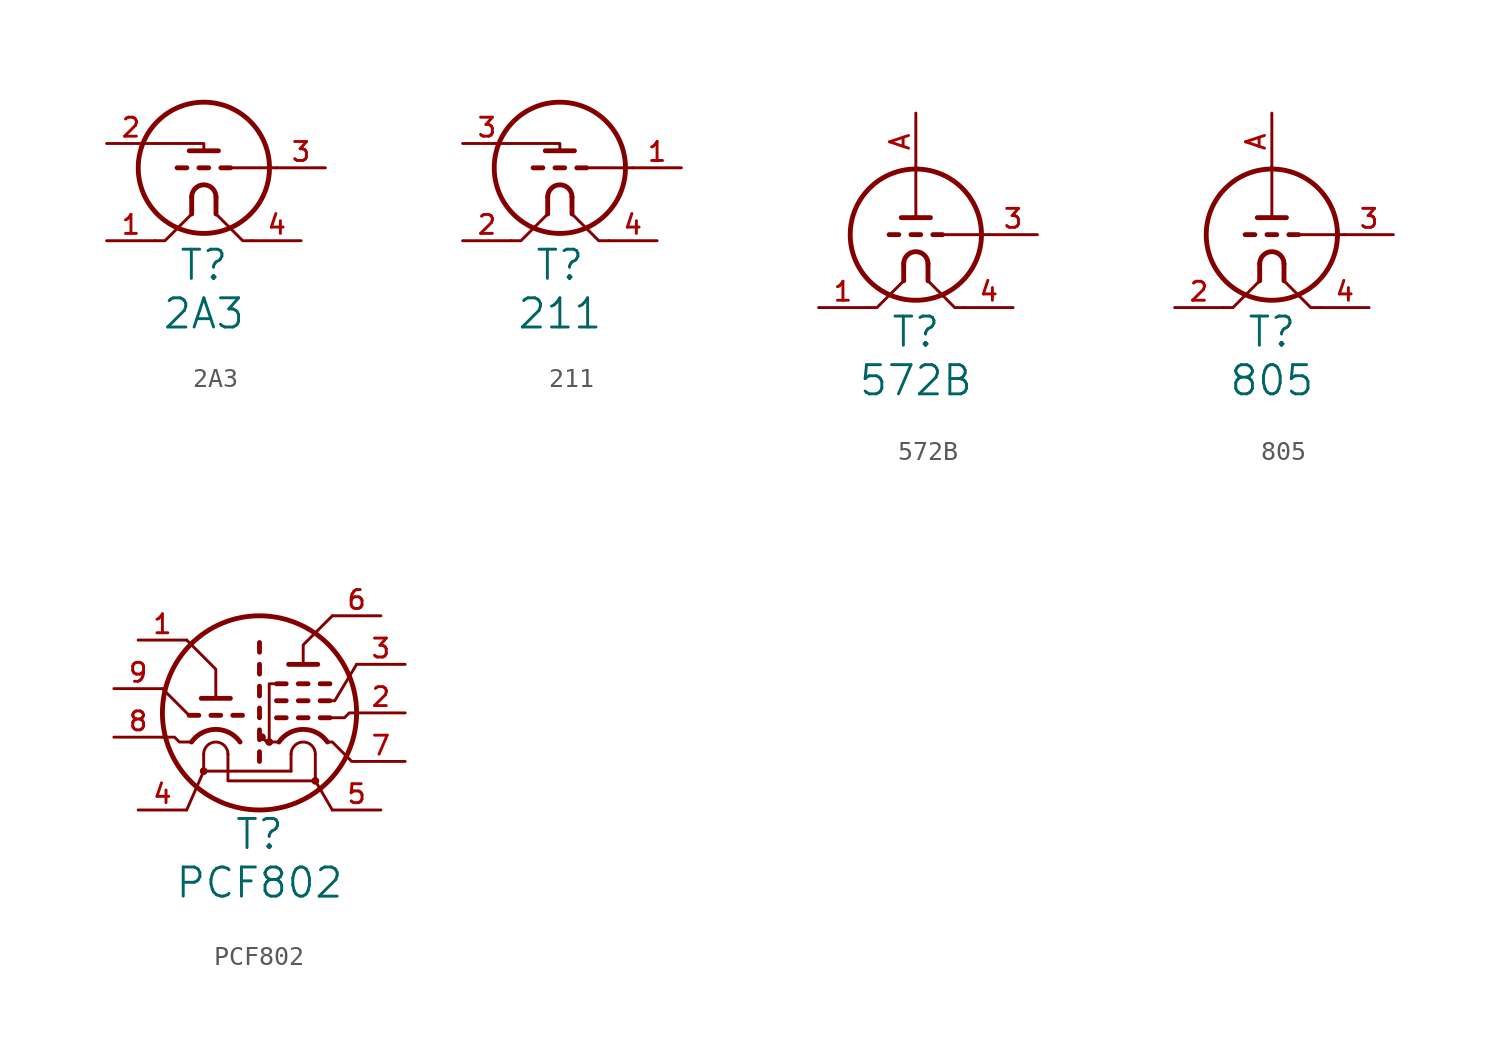
<source format=kicad_sym>
(kicad_symbol_lib
  (version 20220914)
  (generator kicad_symbol_editor)
  (symbol "2A3"
    (pin_names
      (offset 0.025) hide)
    (property "Reference" "T"
      (at 0 -5.08 0)
      (effects (font (size 1.524 1.524))))
    (property "Value" "2A3"
      (at 0 -7.62 0)
      (effects (font (size 1.524 1.524))))
    (property "Footprint" ""
      (at 2.286 0.635 0)
      (effects (font (size 1.524 1.524))))
    (property "Datasheet" ""
      (at 2.286 0.635 0)
      (effects (font (size 1.524 1.524))))
    (symbol "2A3_0_1"
      (polyline (pts (xy -1.397 0) (xy -0.889 0)) (stroke (width 0.254) (type solid)) (fill (type none)))
      (polyline (pts (xy -0.762 0.889) (xy 0.762 0.889)) (stroke (width 0.254) (type solid)) (fill (type none)))
      (polyline (pts (xy -0.635 -1.524) (xy -0.635 -2.413)) (stroke (width 0.254) (type solid)) (fill (type none)))
      (polyline (pts (xy -0.254 0) (xy 0.254 0)) (stroke (width 0.254) (type solid)) (fill (type none)))
      (polyline (pts (xy 0.635 -1.524) (xy 0.635 -2.413)) (stroke (width 0.254) (type solid)) (fill (type none)))
      (polyline (pts (xy 0.889 0) (xy 1.397 0)) (stroke (width 0.254) (type solid)) (fill (type none)))
      (polyline (pts (xy 3.81 0) (xy 1.397 0)) (stroke (width 0) (type solid)) (fill (type none)))
      (polyline (pts (xy -2.54 1.27) (xy 0 1.27) (xy 0 0.889)) (stroke (width 0) (type solid)) (fill (type none)))
      (polyline (pts (xy -0.635 -2.413) (xy -2.032 -3.81) (xy -2.54 -3.81)) (stroke (width 0) (type solid)) (fill (type none)))
      (polyline (pts (xy 0.635 -2.413) (xy 2.032 -3.81) (xy 2.54 -3.81)) (stroke (width 0) (type solid)) (fill (type none)))
      (arc (start 0.635 -1.524) (mid 0 -0.8917) (end -0.635 -1.524) (stroke (width 0.254) (type solid)) (fill (type none))))
    (symbol "2A3_1_1"
      (circle (center 0 0) (radius 3.429) (stroke (width 0.254) (type solid)) (fill (type none)))
      (pin input line (at -5.08 -3.81 0) (length 2.54) (name "k" (effects (font (size 0.762 0.762)))) (number "1" (effects (font (size 0.991 0.991)))))
      (pin input line (at -5.08 1.27 0) (length 2.54) (name "a" (effects (font (size 0.762 0.762)))) (number "2" (effects (font (size 0.991 0.991)))))
      (pin input line (at 6.35 0 180) (length 2.54) (name "g" (effects (font (size 0.762 0.762)))) (number "3" (effects (font (size 0.991 0.991)))))
      (pin input line (at 5.08 -3.81 180) (length 2.54) (name "k" (effects (font (size 0.762 0.762)))) (number "4" (effects (font (size 0.991 0.991)))))))
  (symbol "211"
    (pin_names
      (offset 0.025) hide)
    (property "Reference" "T"
      (at 0 -5.08 0)
      (effects (font (size 1.524 1.524))))
    (property "Value" "211"
      (at 0 -7.62 0)
      (effects (font (size 1.524 1.524))))
    (property "Footprint" ""
      (at 2.286 0.635 0)
      (effects (font (size 1.524 1.524))))
    (property "Datasheet" ""
      (at 2.286 0.635 0)
      (effects (font (size 1.524 1.524))))
    (symbol "211_0_1"
      (polyline (pts (xy -1.397 0) (xy -0.889 0)) (stroke (width 0.254) (type solid)) (fill (type none)))
      (polyline (pts (xy -0.762 0.889) (xy 0.762 0.889)) (stroke (width 0.254) (type solid)) (fill (type none)))
      (polyline (pts (xy -0.635 -1.524) (xy -0.635 -2.413)) (stroke (width 0.254) (type solid)) (fill (type none)))
      (polyline (pts (xy -0.254 0) (xy 0.254 0)) (stroke (width 0.254) (type solid)) (fill (type none)))
      (polyline (pts (xy 0.635 -1.524) (xy 0.635 -2.413)) (stroke (width 0.254) (type solid)) (fill (type none)))
      (polyline (pts (xy 0.889 0) (xy 1.397 0)) (stroke (width 0.254) (type solid)) (fill (type none)))
      (polyline (pts (xy 3.81 0) (xy 1.397 0)) (stroke (width 0) (type solid)) (fill (type none)))
      (polyline (pts (xy -2.54 1.27) (xy 0 1.27) (xy 0 0.889)) (stroke (width 0) (type solid)) (fill (type none)))
      (polyline (pts (xy -0.635 -2.413) (xy -2.032 -3.81) (xy -2.54 -3.81)) (stroke (width 0) (type solid)) (fill (type none)))
      (polyline (pts (xy 0.635 -2.413) (xy 2.032 -3.81) (xy 2.54 -3.81)) (stroke (width 0) (type solid)) (fill (type none)))
      (arc (start 0.635 -1.524) (mid 0 -0.8917) (end -0.635 -1.524) (stroke (width 0.254) (type solid)) (fill (type none))))
    (symbol "211_1_1"
      (circle (center 0 0) (radius 3.429) (stroke (width 0.254) (type solid)) (fill (type none)))
      (pin input line (at 6.35 0 180) (length 2.54) (name "g" (effects (font (size 0.762 0.762)))) (number "1" (effects (font (size 0.991 0.991)))))
      (pin input line (at -5.08 -3.81 0) (length 2.54) (name "k" (effects (font (size 0.762 0.762)))) (number "2" (effects (font (size 0.991 0.991)))))
      (pin input line (at -5.08 1.27 0) (length 2.54) (name "a" (effects (font (size 0.762 0.762)))) (number "3" (effects (font (size 0.991 0.991)))))
      (pin input line (at 5.08 -3.81 180) (length 2.54) (name "k" (effects (font (size 0.762 0.762)))) (number "4" (effects (font (size 0.991 0.991)))))))
  (symbol "572B"
    (pin_names
      (offset 0.025) hide)
    (property "Reference" "T"
      (at 0 -5.08 0)
      (effects (font (size 1.524 1.524))))
    (property "Value" "572B"
      (at 0 -7.62 0)
      (effects (font (size 1.524 1.524))))
    (property "Footprint" ""
      (at 2.286 0.635 0)
      (effects (font (size 1.524 1.524))))
    (property "Datasheet" ""
      (at 2.286 0.635 0)
      (effects (font (size 1.524 1.524))))
    (symbol "572B_0_1"
      (polyline (pts (xy -1.397 0) (xy -0.889 0)) (stroke (width 0.254) (type solid)) (fill (type none)))
      (polyline (pts (xy -0.762 0.889) (xy 0.762 0.889)) (stroke (width 0.254) (type solid)) (fill (type none)))
      (polyline (pts (xy -0.635 -1.524) (xy -0.635 -2.413)) (stroke (width 0.254) (type solid)) (fill (type none)))
      (polyline (pts (xy -0.254 0) (xy 0.254 0)) (stroke (width 0.254) (type solid)) (fill (type none)))
      (polyline (pts (xy 0 3.556) (xy 0 0.889)) (stroke (width 0) (type solid)) (fill (type none)))
      (polyline (pts (xy 0.635 -1.524) (xy 0.635 -2.413)) (stroke (width 0.254) (type solid)) (fill (type none)))
      (polyline (pts (xy 0.889 0) (xy 1.397 0)) (stroke (width 0.254) (type solid)) (fill (type none)))
      (polyline (pts (xy 3.81 0) (xy 1.397 0)) (stroke (width 0) (type solid)) (fill (type none)))
      (polyline (pts (xy -0.635 -2.413) (xy -2.032 -3.81) (xy -2.54 -3.81)) (stroke (width 0) (type solid)) (fill (type none)))
      (polyline (pts (xy 0.635 -2.413) (xy 2.032 -3.81) (xy 2.54 -3.81)) (stroke (width 0) (type solid)) (fill (type none)))
      (arc (start 0.635 -1.524) (mid 0 -0.8917) (end -0.635 -1.524) (stroke (width 0.254) (type solid)) (fill (type none))))
    (symbol "572B_1_1"
      (circle (center 0 0) (radius 3.429) (stroke (width 0.254) (type solid)) (fill (type none)))
      (pin input line (at -5.08 -3.81 0) (length 2.54) (name "k" (effects (font (size 0.762 0.762)))) (number "1" (effects (font (size 0.991 0.991)))))
      (pin input line (at 6.35 0 180) (length 2.54) (name "g" (effects (font (size 0.762 0.762)))) (number "3" (effects (font (size 0.991 0.991)))))
      (pin input line (at 5.08 -3.81 180) (length 2.54) (name "k" (effects (font (size 0.762 0.762)))) (number "4" (effects (font (size 0.991 0.991)))))
      (pin input line (at 0 6.35 270) (length 2.997) (name "A" (effects (font (size 0.762 0.762)))) (number "A" (effects (font (size 0.991 0.991)))))))
  (symbol "805"
    (pin_names
      (offset 0.025) hide)
    (property "Reference" "T"
      (at 0 -5.08 0)
      (effects (font (size 1.524 1.524))))
    (property "Value" "805"
      (at 0 -7.62 0)
      (effects (font (size 1.524 1.524))))
    (property "Footprint" ""
      (at 2.286 0.635 0)
      (effects (font (size 1.524 1.524))))
    (property "Datasheet" ""
      (at 2.286 0.635 0)
      (effects (font (size 1.524 1.524))))
    (symbol "805_0_1"
      (polyline (pts (xy -1.397 0) (xy -0.889 0)) (stroke (width 0.254) (type solid)) (fill (type none)))
      (polyline (pts (xy -0.762 0.889) (xy 0.762 0.889)) (stroke (width 0.254) (type solid)) (fill (type none)))
      (polyline (pts (xy -0.635 -1.524) (xy -0.635 -2.413)) (stroke (width 0.254) (type solid)) (fill (type none)))
      (polyline (pts (xy -0.254 0) (xy 0.254 0)) (stroke (width 0.254) (type solid)) (fill (type none)))
      (polyline (pts (xy 0 3.556) (xy 0 0.889)) (stroke (width 0) (type solid)) (fill (type none)))
      (polyline (pts (xy 0.635 -1.524) (xy 0.635 -2.413)) (stroke (width 0.254) (type solid)) (fill (type none)))
      (polyline (pts (xy 0.889 0) (xy 1.397 0)) (stroke (width 0.254) (type solid)) (fill (type none)))
      (polyline (pts (xy 3.81 0) (xy 1.397 0)) (stroke (width 0) (type solid)) (fill (type none)))
      (polyline (pts (xy -0.635 -2.413) (xy -2.032 -3.81) (xy -2.54 -3.81)) (stroke (width 0) (type solid)) (fill (type none)))
      (polyline (pts (xy 0.635 -2.413) (xy 2.032 -3.81) (xy 2.54 -3.81)) (stroke (width 0) (type solid)) (fill (type none)))
      (arc (start 0.635 -1.524) (mid 0 -0.8917) (end -0.635 -1.524) (stroke (width 0.254) (type solid)) (fill (type none))))
    (symbol "805_1_1"
      (circle (center 0 0) (radius 3.429) (stroke (width 0.254) (type solid)) (fill (type none)))
      (pin input line (at -5.08 -3.81 0) (length 2.54) (name "k" (effects (font (size 0.762 0.762)))) (number "2" (effects (font (size 0.991 0.991)))))
      (pin input line (at 6.35 0 180) (length 2.54) (name "g" (effects (font (size 0.762 0.762)))) (number "3" (effects (font (size 0.991 0.991)))))
      (pin input line (at 5.08 -3.81 180) (length 2.54) (name "k" (effects (font (size 0.762 0.762)))) (number "4" (effects (font (size 0.991 0.991)))))
      (pin input line (at 0 6.35 270) (length 2.997) (name "A" (effects (font (size 0.762 0.762)))) (number "A" (effects (font (size 0.991 0.991)))))))
  (symbol "PCF802"
    (pin_names
      (offset 0.025) hide)
    (property "Reference" "T"
      (at 0 -6.35 0)
      (effects (font (size 1.524 1.524))))
    (property "Value" "PCF802"
      (at 0 -8.89 0)
      (effects (font (size 1.524 1.524))))
    (property "Footprint" ""
      (at 2.286 0.635 0)
      (effects (font (size 1.524 1.524))))
    (property "Datasheet" ""
      (at 2.286 0.635 0)
      (effects (font (size 1.524 1.524))))
    (symbol "PCF802_0_1"
      (circle (center -2.921 -3.048) (radius 0.127) (stroke (width 0) (type solid)) (fill (type none)))
      (arc (start -1.651 -2.159) (mid -2.286 -1.5267) (end -2.921 -2.159) (stroke (width 0) (type solid)) (fill (type none)))
      (arc (start -1.016 -1.524) (mid -2.286 -0.8628) (end -3.556 -1.524) (stroke (width 0.254) (type solid)) (fill (type none)))
      (polyline (pts (xy -5.08 1.27) (xy -3.683 -0.127)) (stroke (width 0) (type solid)) (fill (type none)))
      (polyline (pts (xy -3.81 -5.08) (xy -2.921 -3.048)) (stroke (width 0) (type solid)) (fill (type none)))
      (polyline (pts (xy -3.683 -0.127) (xy -3.175 -0.127)) (stroke (width 0.254) (type solid)) (fill (type none)))
      (polyline (pts (xy -3.048 0.762) (xy -1.524 0.762)) (stroke (width 0.254) (type solid)) (fill (type none)))
      (polyline (pts (xy -2.921 -2.159) (xy -2.921 -3.048)) (stroke (width 0) (type solid)) (fill (type none)))
      (polyline (pts (xy -2.54 -0.127) (xy -2.032 -0.127)) (stroke (width 0.254) (type solid)) (fill (type none)))
      (polyline (pts (xy -1.397 -0.127) (xy -0.889 -0.127)) (stroke (width 0.254) (type solid)) (fill (type none)))
      (polyline (pts (xy 0 -2.54) (xy 0 -2.032)) (stroke (width 0.254) (type solid)) (fill (type none)))
      (polyline (pts (xy 0 -1.397) (xy 0 -0.889)) (stroke (width 0.254) (type solid)) (fill (type none)))
      (polyline (pts (xy 0 -0.254) (xy 0 0.254)) (stroke (width 0.254) (type solid)) (fill (type none)))
      (polyline (pts (xy 0 0.889) (xy 0 1.397)) (stroke (width 0.254) (type solid)) (fill (type none)))
      (polyline (pts (xy 0 2.032) (xy 0 2.54)) (stroke (width 0.254) (type solid)) (fill (type none)))
      (polyline (pts (xy 0 3.175) (xy 0 3.683)) (stroke (width 0.254) (type solid)) (fill (type none)))
      (polyline (pts (xy 0.889 -0.254) (xy 1.397 -0.254)) (stroke (width 0.254) (type solid)) (fill (type none)))
      (polyline (pts (xy 0.889 0.635) (xy 1.397 0.635)) (stroke (width 0.254) (type solid)) (fill (type none)))
      (polyline (pts (xy 0.889 1.524) (xy 1.397 1.524)) (stroke (width 0.254) (type solid)) (fill (type none)))
      (polyline (pts (xy 1.524 2.54) (xy 3.048 2.54)) (stroke (width 0.254) (type solid)) (fill (type none)))
      (polyline (pts (xy 1.651 -3.048) (xy -2.921 -3.048)) (stroke (width 0) (type solid)) (fill (type none)))
      (polyline (pts (xy 1.651 -2.159) (xy 1.651 -3.048)) (stroke (width 0) (type solid)) (fill (type none)))
      (polyline (pts (xy 2.032 -0.254) (xy 2.54 -0.254)) (stroke (width 0.254) (type solid)) (fill (type none)))
      (polyline (pts (xy 2.032 0.635) (xy 2.54 0.635)) (stroke (width 0.254) (type solid)) (fill (type none)))
      (polyline (pts (xy 2.032 1.524) (xy 2.54 1.524)) (stroke (width 0.254) (type solid)) (fill (type none)))
      (polyline (pts (xy 3.175 -0.254) (xy 3.683 -0.254)) (stroke (width 0.254) (type solid)) (fill (type none)))
      (polyline (pts (xy 3.175 0.635) (xy 3.683 0.635)) (stroke (width 0.254) (type solid)) (fill (type none)))
      (polyline (pts (xy 3.175 1.524) (xy 3.683 1.524)) (stroke (width 0.254) (type solid)) (fill (type none)))
      (polyline (pts (xy 3.81 -5.08) (xy 2.921 -3.556)) (stroke (width 0) (type solid)) (fill (type none)))
      (polyline (pts (xy -3.81 3.81) (xy -2.286 2.286) (xy -2.286 0.762)) (stroke (width 0) (type solid)) (fill (type none)))
      (polyline (pts (xy 0.508 -1.524) (xy 0.508 1.524) (xy 0.889 1.524)) (stroke (width 0) (type solid)) (fill (type none)))
      (polyline (pts (xy 1.016 -1.524) (xy 0.381 -1.524) (xy 0 -1.143)) (stroke (width 0) (type solid)) (fill (type none)))
      (polyline (pts (xy 3.683 0.635) (xy 3.937 0.635) (xy 5.08 2.54)) (stroke (width 0) (type solid)) (fill (type none)))
      (polyline (pts (xy 3.81 5.08) (xy 2.286 3.556) (xy 2.286 2.54)) (stroke (width 0) (type solid)) (fill (type none)))
      (polyline (pts (xy -5.08 -1.27) (xy -4.445 -1.27) (xy -4.191 -1.524) (xy -3.556 -1.524)) (stroke (width 0) (type solid)) (fill (type none)))
      (polyline (pts (xy -1.651 -2.159) (xy -1.651 -3.556) (xy 2.921 -3.556) (xy 2.921 -2.159)) (stroke (width 0) (type solid)) (fill (type none)))
      (polyline (pts (xy 3.556 -1.524) (xy 3.81 -1.524) (xy 4.826 -2.54) (xy 5.08 -2.54)) (stroke (width 0) (type solid)) (fill (type none)))
      (polyline (pts (xy 3.683 -0.254) (xy 4.445 -0.254) (xy 4.699 0) (xy 5.08 0)) (stroke (width 0) (type solid)) (fill (type none)))
      (circle (center 0 0) (radius 5.08) (stroke (width 0.254) (type solid)) (fill (type none)))
      (circle (center 0.127 -1.27) (radius 0.127) (stroke (width 0) (type solid)) (fill (type none)))
      (circle (center 0.508 -1.524) (radius 0.127) (stroke (width 0) (type solid)) (fill (type none)))
      (circle (center 2.921 -3.556) (radius 0.127) (stroke (width 0) (type solid)) (fill (type none)))
      (arc (start 2.921 -2.159) (mid 2.286 -1.5267) (end 1.651 -2.159) (stroke (width 0) (type solid)) (fill (type none)))
      (arc (start 3.556 -1.524) (mid 2.286 -0.8628) (end 1.016 -1.524) (stroke (width 0.254) (type solid)) (fill (type none))))
    (symbol "PCF802_1_1"
      (pin input line (at -6.35 3.81 0) (length 2.54) (name "aT" (effects (font (size 0.762 0.762)))) (number "1" (effects (font (size 0.991 0.991)))))
      (pin input line (at 7.62 0 180) (length 2.54) (name "g1" (effects (font (size 0.762 0.762)))) (number "2" (effects (font (size 0.991 0.991)))))
      (pin input line (at 7.62 2.54 180) (length 2.54) (name "g2" (effects (font (size 0.762 0.762)))) (number "3" (effects (font (size 0.991 0.991)))))
      (pin input line (at -6.35 -5.08 0) (length 2.54) (name "f" (effects (font (size 0.762 0.762)))) (number "4" (effects (font (size 0.991 0.991)))))
      (pin input line (at 6.35 -5.08 180) (length 2.54) (name "f" (effects (font (size 0.762 0.762)))) (number "5" (effects (font (size 0.991 0.991)))))
      (pin input line (at 6.35 5.08 180) (length 2.54) (name "aP" (effects (font (size 0.762 0.762)))) (number "6" (effects (font (size 0.991 0.991)))))
      (pin input line (at 7.62 -2.54 180) (length 2.54) (name "kP,g3,s" (effects (font (size 0.762 0.762)))) (number "7" (effects (font (size 0.991 0.991)))))
      (pin input line (at -7.62 -1.27 0) (length 2.54) (name "kT" (effects (font (size 0.762 0.762)))) (number "8" (effects (font (size 0.991 0.991)))))
      (pin input line (at -7.62 1.27 0) (length 2.54) (name "gT" (effects (font (size 0.762 0.762)))) (number "9" (effects (font (size 0.991 0.991))))))))
</source>
